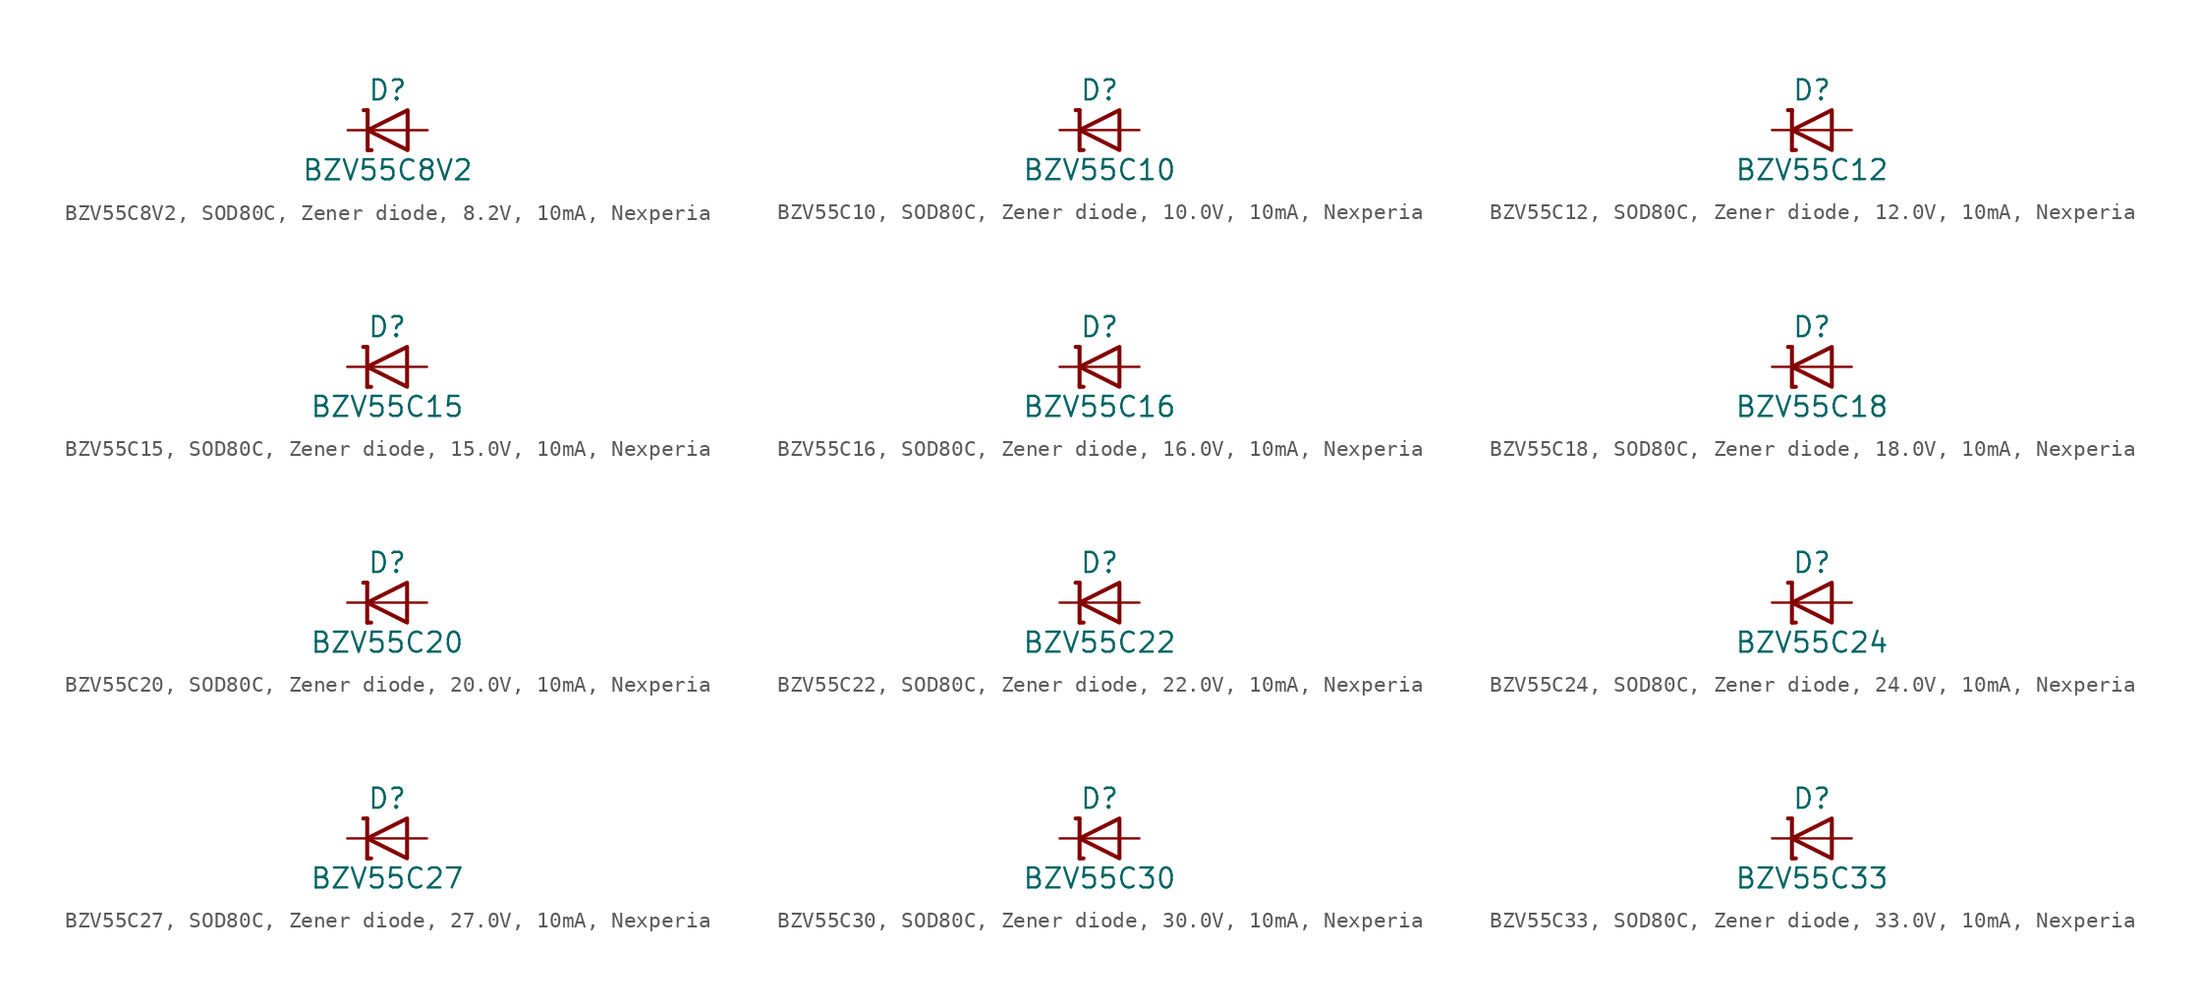
<source format=kicad_sym>
(kicad_symbol_lib
  (version 20241209)
  (generator "kicad_symbol_editor")
  (generator_version "9.0")
  (symbol "BZV55C8V2, SOD80C, Zener diode, 8.2V, 10mA, Nexperia"
    (pin_numbers
      (hide yes))
    (pin_names
      (offset 1.016)
      (hide yes))
    (property "Reference" "D"
      (at 0 2.54 0)
      (effects (font (size 1.27 1.27))))
    (property "Value" "BZV55C8V2"
      (at 0 -2.54 0)
      (effects (font (size 1.27 1.27))))
    (symbol "BZV55C8V2, SOD80C, Zener diode, 8.2V, 10mA, Nexperia_0_0"
      (polyline (pts (xy -1.27 0) (xy 1.27 0)) (stroke (width 0.152) (type default)) (fill (type none))))
    (symbol "BZV55C8V2, SOD80C, Zener diode, 8.2V, 10mA, Nexperia_0_1"
      (polyline (pts (xy -1.524 1.27) (xy -1.27 1.27)) (stroke (width 0.254) (type default)) (fill (type none)))
      (polyline (pts (xy -1.27 1.27) (xy -1.27 -1.27)) (stroke (width 0.254) (type default)) (fill (type none)))
      (polyline (pts (xy -1.27 -1.27) (xy -1.016 -1.27)) (stroke (width 0.254) (type default)) (fill (type none)))
      (polyline (pts (xy 1.27 1.27) (xy 1.27 -1.27) (xy -1.27 0) (xy 1.27 1.27)) (stroke (width 0.254) (type default)) (fill (type none))))
    (symbol "BZV55C8V2, SOD80C, Zener diode, 8.2V, 10mA, Nexperia_1_1"
      (pin passive line (at -2.54 0 0) (length 1.27) (name "C" (effects (font (size 1.27 1.27)))) (number "1" (effects (font (size 1.27 1.27)))))
      (pin passive line (at 2.54 0 180) (length 1.27) (name "A" (effects (font (size 1.27 1.27)))) (number "2" (effects (font (size 1.27 1.27)))))))
  (symbol "BZV55C10, SOD80C, Zener diode, 10.0V, 10mA, Nexperia"
    (pin_numbers
      (hide yes))
    (pin_names
      (offset 1.016)
      (hide yes))
    (property "Reference" "D"
      (at 0 2.54 0)
      (effects (font (size 1.27 1.27))))
    (property "Value" "BZV55C10"
      (at 0 -2.54 0)
      (effects (font (size 1.27 1.27))))
    (symbol "BZV55C10, SOD80C, Zener diode, 10.0V, 10mA, Nexperia_0_0"
      (polyline (pts (xy -1.27 0) (xy 1.27 0)) (stroke (width 0.152) (type default)) (fill (type none))))
    (symbol "BZV55C10, SOD80C, Zener diode, 10.0V, 10mA, Nexperia_0_1"
      (polyline (pts (xy -1.524 1.27) (xy -1.27 1.27)) (stroke (width 0.254) (type default)) (fill (type none)))
      (polyline (pts (xy -1.27 1.27) (xy -1.27 -1.27)) (stroke (width 0.254) (type default)) (fill (type none)))
      (polyline (pts (xy -1.27 -1.27) (xy -1.016 -1.27)) (stroke (width 0.254) (type default)) (fill (type none)))
      (polyline (pts (xy 1.27 1.27) (xy 1.27 -1.27) (xy -1.27 0) (xy 1.27 1.27)) (stroke (width 0.254) (type default)) (fill (type none))))
    (symbol "BZV55C10, SOD80C, Zener diode, 10.0V, 10mA, Nexperia_1_1"
      (pin passive line (at -2.54 0 0) (length 1.27) (name "C" (effects (font (size 1.27 1.27)))) (number "1" (effects (font (size 1.27 1.27)))))
      (pin passive line (at 2.54 0 180) (length 1.27) (name "A" (effects (font (size 1.27 1.27)))) (number "2" (effects (font (size 1.27 1.27)))))))
  (symbol "BZV55C12, SOD80C, Zener diode, 12.0V, 10mA, Nexperia"
    (pin_numbers
      (hide yes))
    (pin_names
      (offset 1.016)
      (hide yes))
    (property "Reference" "D"
      (at 0 2.54 0)
      (effects (font (size 1.27 1.27))))
    (property "Value" "BZV55C12"
      (at 0 -2.54 0)
      (effects (font (size 1.27 1.27))))
    (symbol "BZV55C12, SOD80C, Zener diode, 12.0V, 10mA, Nexperia_0_0"
      (polyline (pts (xy -1.27 0) (xy 1.27 0)) (stroke (width 0.152) (type default)) (fill (type none))))
    (symbol "BZV55C12, SOD80C, Zener diode, 12.0V, 10mA, Nexperia_0_1"
      (polyline (pts (xy -1.524 1.27) (xy -1.27 1.27)) (stroke (width 0.254) (type default)) (fill (type none)))
      (polyline (pts (xy -1.27 1.27) (xy -1.27 -1.27)) (stroke (width 0.254) (type default)) (fill (type none)))
      (polyline (pts (xy -1.27 -1.27) (xy -1.016 -1.27)) (stroke (width 0.254) (type default)) (fill (type none)))
      (polyline (pts (xy 1.27 1.27) (xy 1.27 -1.27) (xy -1.27 0) (xy 1.27 1.27)) (stroke (width 0.254) (type default)) (fill (type none))))
    (symbol "BZV55C12, SOD80C, Zener diode, 12.0V, 10mA, Nexperia_1_1"
      (pin passive line (at -2.54 0 0) (length 1.27) (name "C" (effects (font (size 1.27 1.27)))) (number "1" (effects (font (size 1.27 1.27)))))
      (pin passive line (at 2.54 0 180) (length 1.27) (name "A" (effects (font (size 1.27 1.27)))) (number "2" (effects (font (size 1.27 1.27)))))))
  (symbol "BZV55C15, SOD80C, Zener diode, 15.0V, 10mA, Nexperia"
    (pin_numbers
      (hide yes))
    (pin_names
      (offset 1.016)
      (hide yes))
    (property "Reference" "D"
      (at 0 2.54 0)
      (effects (font (size 1.27 1.27))))
    (property "Value" "BZV55C15"
      (at 0 -2.54 0)
      (effects (font (size 1.27 1.27))))
    (symbol "BZV55C15, SOD80C, Zener diode, 15.0V, 10mA, Nexperia_0_0"
      (polyline (pts (xy -1.27 0) (xy 1.27 0)) (stroke (width 0.152) (type default)) (fill (type none))))
    (symbol "BZV55C15, SOD80C, Zener diode, 15.0V, 10mA, Nexperia_0_1"
      (polyline (pts (xy -1.524 1.27) (xy -1.27 1.27)) (stroke (width 0.254) (type default)) (fill (type none)))
      (polyline (pts (xy -1.27 1.27) (xy -1.27 -1.27)) (stroke (width 0.254) (type default)) (fill (type none)))
      (polyline (pts (xy -1.27 -1.27) (xy -1.016 -1.27)) (stroke (width 0.254) (type default)) (fill (type none)))
      (polyline (pts (xy 1.27 1.27) (xy 1.27 -1.27) (xy -1.27 0) (xy 1.27 1.27)) (stroke (width 0.254) (type default)) (fill (type none))))
    (symbol "BZV55C15, SOD80C, Zener diode, 15.0V, 10mA, Nexperia_1_1"
      (pin passive line (at -2.54 0 0) (length 1.27) (name "C" (effects (font (size 1.27 1.27)))) (number "1" (effects (font (size 1.27 1.27)))))
      (pin passive line (at 2.54 0 180) (length 1.27) (name "A" (effects (font (size 1.27 1.27)))) (number "2" (effects (font (size 1.27 1.27)))))))
  (symbol "BZV55C16, SOD80C, Zener diode, 16.0V, 10mA, Nexperia"
    (pin_numbers
      (hide yes))
    (pin_names
      (offset 1.016)
      (hide yes))
    (property "Reference" "D"
      (at 0 2.54 0)
      (effects (font (size 1.27 1.27))))
    (property "Value" "BZV55C16"
      (at 0 -2.54 0)
      (effects (font (size 1.27 1.27))))
    (symbol "BZV55C16, SOD80C, Zener diode, 16.0V, 10mA, Nexperia_0_0"
      (polyline (pts (xy -1.27 0) (xy 1.27 0)) (stroke (width 0.152) (type default)) (fill (type none))))
    (symbol "BZV55C16, SOD80C, Zener diode, 16.0V, 10mA, Nexperia_0_1"
      (polyline (pts (xy -1.524 1.27) (xy -1.27 1.27)) (stroke (width 0.254) (type default)) (fill (type none)))
      (polyline (pts (xy -1.27 1.27) (xy -1.27 -1.27)) (stroke (width 0.254) (type default)) (fill (type none)))
      (polyline (pts (xy -1.27 -1.27) (xy -1.016 -1.27)) (stroke (width 0.254) (type default)) (fill (type none)))
      (polyline (pts (xy 1.27 1.27) (xy 1.27 -1.27) (xy -1.27 0) (xy 1.27 1.27)) (stroke (width 0.254) (type default)) (fill (type none))))
    (symbol "BZV55C16, SOD80C, Zener diode, 16.0V, 10mA, Nexperia_1_1"
      (pin passive line (at -2.54 0 0) (length 1.27) (name "C" (effects (font (size 1.27 1.27)))) (number "1" (effects (font (size 1.27 1.27)))))
      (pin passive line (at 2.54 0 180) (length 1.27) (name "A" (effects (font (size 1.27 1.27)))) (number "2" (effects (font (size 1.27 1.27)))))))
  (symbol "BZV55C18, SOD80C, Zener diode, 18.0V, 10mA, Nexperia"
    (pin_numbers
      (hide yes))
    (pin_names
      (offset 1.016)
      (hide yes))
    (property "Reference" "D"
      (at 0 2.54 0)
      (effects (font (size 1.27 1.27))))
    (property "Value" "BZV55C18"
      (at 0 -2.54 0)
      (effects (font (size 1.27 1.27))))
    (symbol "BZV55C18, SOD80C, Zener diode, 18.0V, 10mA, Nexperia_0_0"
      (polyline (pts (xy -1.27 0) (xy 1.27 0)) (stroke (width 0.152) (type default)) (fill (type none))))
    (symbol "BZV55C18, SOD80C, Zener diode, 18.0V, 10mA, Nexperia_0_1"
      (polyline (pts (xy -1.524 1.27) (xy -1.27 1.27)) (stroke (width 0.254) (type default)) (fill (type none)))
      (polyline (pts (xy -1.27 1.27) (xy -1.27 -1.27)) (stroke (width 0.254) (type default)) (fill (type none)))
      (polyline (pts (xy -1.27 -1.27) (xy -1.016 -1.27)) (stroke (width 0.254) (type default)) (fill (type none)))
      (polyline (pts (xy 1.27 1.27) (xy 1.27 -1.27) (xy -1.27 0) (xy 1.27 1.27)) (stroke (width 0.254) (type default)) (fill (type none))))
    (symbol "BZV55C18, SOD80C, Zener diode, 18.0V, 10mA, Nexperia_1_1"
      (pin passive line (at -2.54 0 0) (length 1.27) (name "C" (effects (font (size 1.27 1.27)))) (number "1" (effects (font (size 1.27 1.27)))))
      (pin passive line (at 2.54 0 180) (length 1.27) (name "A" (effects (font (size 1.27 1.27)))) (number "2" (effects (font (size 1.27 1.27)))))))
  (symbol "BZV55C20, SOD80C, Zener diode, 20.0V, 10mA, Nexperia"
    (pin_numbers
      (hide yes))
    (pin_names
      (offset 1.016)
      (hide yes))
    (property "Reference" "D"
      (at 0 2.54 0)
      (effects (font (size 1.27 1.27))))
    (property "Value" "BZV55C20"
      (at 0 -2.54 0)
      (effects (font (size 1.27 1.27))))
    (symbol "BZV55C20, SOD80C, Zener diode, 20.0V, 10mA, Nexperia_0_0"
      (polyline (pts (xy -1.27 0) (xy 1.27 0)) (stroke (width 0.152) (type default)) (fill (type none))))
    (symbol "BZV55C20, SOD80C, Zener diode, 20.0V, 10mA, Nexperia_0_1"
      (polyline (pts (xy -1.524 1.27) (xy -1.27 1.27)) (stroke (width 0.254) (type default)) (fill (type none)))
      (polyline (pts (xy -1.27 1.27) (xy -1.27 -1.27)) (stroke (width 0.254) (type default)) (fill (type none)))
      (polyline (pts (xy -1.27 -1.27) (xy -1.016 -1.27)) (stroke (width 0.254) (type default)) (fill (type none)))
      (polyline (pts (xy 1.27 1.27) (xy 1.27 -1.27) (xy -1.27 0) (xy 1.27 1.27)) (stroke (width 0.254) (type default)) (fill (type none))))
    (symbol "BZV55C20, SOD80C, Zener diode, 20.0V, 10mA, Nexperia_1_1"
      (pin passive line (at -2.54 0 0) (length 1.27) (name "C" (effects (font (size 1.27 1.27)))) (number "1" (effects (font (size 1.27 1.27)))))
      (pin passive line (at 2.54 0 180) (length 1.27) (name "A" (effects (font (size 1.27 1.27)))) (number "2" (effects (font (size 1.27 1.27)))))))
  (symbol "BZV55C22, SOD80C, Zener diode, 22.0V, 10mA, Nexperia"
    (pin_numbers
      (hide yes))
    (pin_names
      (offset 1.016)
      (hide yes))
    (property "Reference" "D"
      (at 0 2.54 0)
      (effects (font (size 1.27 1.27))))
    (property "Value" "BZV55C22"
      (at 0 -2.54 0)
      (effects (font (size 1.27 1.27))))
    (symbol "BZV55C22, SOD80C, Zener diode, 22.0V, 10mA, Nexperia_0_0"
      (polyline (pts (xy -1.27 0) (xy 1.27 0)) (stroke (width 0.152) (type default)) (fill (type none))))
    (symbol "BZV55C22, SOD80C, Zener diode, 22.0V, 10mA, Nexperia_0_1"
      (polyline (pts (xy -1.524 1.27) (xy -1.27 1.27)) (stroke (width 0.254) (type default)) (fill (type none)))
      (polyline (pts (xy -1.27 1.27) (xy -1.27 -1.27)) (stroke (width 0.254) (type default)) (fill (type none)))
      (polyline (pts (xy -1.27 -1.27) (xy -1.016 -1.27)) (stroke (width 0.254) (type default)) (fill (type none)))
      (polyline (pts (xy 1.27 1.27) (xy 1.27 -1.27) (xy -1.27 0) (xy 1.27 1.27)) (stroke (width 0.254) (type default)) (fill (type none))))
    (symbol "BZV55C22, SOD80C, Zener diode, 22.0V, 10mA, Nexperia_1_1"
      (pin passive line (at -2.54 0 0) (length 1.27) (name "C" (effects (font (size 1.27 1.27)))) (number "1" (effects (font (size 1.27 1.27)))))
      (pin passive line (at 2.54 0 180) (length 1.27) (name "A" (effects (font (size 1.27 1.27)))) (number "2" (effects (font (size 1.27 1.27)))))))
  (symbol "BZV55C24, SOD80C, Zener diode, 24.0V, 10mA, Nexperia"
    (pin_numbers
      (hide yes))
    (pin_names
      (offset 1.016)
      (hide yes))
    (property "Reference" "D"
      (at 0 2.54 0)
      (effects (font (size 1.27 1.27))))
    (property "Value" "BZV55C24"
      (at 0 -2.54 0)
      (effects (font (size 1.27 1.27))))
    (symbol "BZV55C24, SOD80C, Zener diode, 24.0V, 10mA, Nexperia_0_0"
      (polyline (pts (xy -1.27 0) (xy 1.27 0)) (stroke (width 0.152) (type default)) (fill (type none))))
    (symbol "BZV55C24, SOD80C, Zener diode, 24.0V, 10mA, Nexperia_0_1"
      (polyline (pts (xy -1.524 1.27) (xy -1.27 1.27)) (stroke (width 0.254) (type default)) (fill (type none)))
      (polyline (pts (xy -1.27 1.27) (xy -1.27 -1.27)) (stroke (width 0.254) (type default)) (fill (type none)))
      (polyline (pts (xy -1.27 -1.27) (xy -1.016 -1.27)) (stroke (width 0.254) (type default)) (fill (type none)))
      (polyline (pts (xy 1.27 1.27) (xy 1.27 -1.27) (xy -1.27 0) (xy 1.27 1.27)) (stroke (width 0.254) (type default)) (fill (type none))))
    (symbol "BZV55C24, SOD80C, Zener diode, 24.0V, 10mA, Nexperia_1_1"
      (pin passive line (at -2.54 0 0) (length 1.27) (name "C" (effects (font (size 1.27 1.27)))) (number "1" (effects (font (size 1.27 1.27)))))
      (pin passive line (at 2.54 0 180) (length 1.27) (name "A" (effects (font (size 1.27 1.27)))) (number "2" (effects (font (size 1.27 1.27)))))))
  (symbol "BZV55C27, SOD80C, Zener diode, 27.0V, 10mA, Nexperia"
    (pin_numbers
      (hide yes))
    (pin_names
      (offset 1.016)
      (hide yes))
    (property "Reference" "D"
      (at 0 2.54 0)
      (effects (font (size 1.27 1.27))))
    (property "Value" "BZV55C27"
      (at 0 -2.54 0)
      (effects (font (size 1.27 1.27))))
    (symbol "BZV55C27, SOD80C, Zener diode, 27.0V, 10mA, Nexperia_0_0"
      (polyline (pts (xy -1.27 0) (xy 1.27 0)) (stroke (width 0.152) (type default)) (fill (type none))))
    (symbol "BZV55C27, SOD80C, Zener diode, 27.0V, 10mA, Nexperia_0_1"
      (polyline (pts (xy -1.524 1.27) (xy -1.27 1.27)) (stroke (width 0.254) (type default)) (fill (type none)))
      (polyline (pts (xy -1.27 1.27) (xy -1.27 -1.27)) (stroke (width 0.254) (type default)) (fill (type none)))
      (polyline (pts (xy -1.27 -1.27) (xy -1.016 -1.27)) (stroke (width 0.254) (type default)) (fill (type none)))
      (polyline (pts (xy 1.27 1.27) (xy 1.27 -1.27) (xy -1.27 0) (xy 1.27 1.27)) (stroke (width 0.254) (type default)) (fill (type none))))
    (symbol "BZV55C27, SOD80C, Zener diode, 27.0V, 10mA, Nexperia_1_1"
      (pin passive line (at -2.54 0 0) (length 1.27) (name "C" (effects (font (size 1.27 1.27)))) (number "1" (effects (font (size 1.27 1.27)))))
      (pin passive line (at 2.54 0 180) (length 1.27) (name "A" (effects (font (size 1.27 1.27)))) (number "2" (effects (font (size 1.27 1.27)))))))
  (symbol "BZV55C30, SOD80C, Zener diode, 30.0V, 10mA, Nexperia"
    (pin_numbers
      (hide yes))
    (pin_names
      (offset 1.016)
      (hide yes))
    (property "Reference" "D"
      (at 0 2.54 0)
      (effects (font (size 1.27 1.27))))
    (property "Value" "BZV55C30"
      (at 0 -2.54 0)
      (effects (font (size 1.27 1.27))))
    (symbol "BZV55C30, SOD80C, Zener diode, 30.0V, 10mA, Nexperia_0_0"
      (polyline (pts (xy -1.27 0) (xy 1.27 0)) (stroke (width 0.152) (type default)) (fill (type none))))
    (symbol "BZV55C30, SOD80C, Zener diode, 30.0V, 10mA, Nexperia_0_1"
      (polyline (pts (xy -1.524 1.27) (xy -1.27 1.27)) (stroke (width 0.254) (type default)) (fill (type none)))
      (polyline (pts (xy -1.27 1.27) (xy -1.27 -1.27)) (stroke (width 0.254) (type default)) (fill (type none)))
      (polyline (pts (xy -1.27 -1.27) (xy -1.016 -1.27)) (stroke (width 0.254) (type default)) (fill (type none)))
      (polyline (pts (xy 1.27 1.27) (xy 1.27 -1.27) (xy -1.27 0) (xy 1.27 1.27)) (stroke (width 0.254) (type default)) (fill (type none))))
    (symbol "BZV55C30, SOD80C, Zener diode, 30.0V, 10mA, Nexperia_1_1"
      (pin passive line (at -2.54 0 0) (length 1.27) (name "C" (effects (font (size 1.27 1.27)))) (number "1" (effects (font (size 1.27 1.27)))))
      (pin passive line (at 2.54 0 180) (length 1.27) (name "A" (effects (font (size 1.27 1.27)))) (number "2" (effects (font (size 1.27 1.27)))))))
  (symbol "BZV55C33, SOD80C, Zener diode, 33.0V, 10mA, Nexperia"
    (pin_numbers
      (hide yes))
    (pin_names
      (offset 1.016)
      (hide yes))
    (property "Reference" "D"
      (at 0 2.54 0)
      (effects (font (size 1.27 1.27))))
    (property "Value" "BZV55C33"
      (at 0 -2.54 0)
      (effects (font (size 1.27 1.27))))
    (symbol "BZV55C33, SOD80C, Zener diode, 33.0V, 10mA, Nexperia_0_0"
      (polyline (pts (xy -1.27 0) (xy 1.27 0)) (stroke (width 0.152) (type default)) (fill (type none))))
    (symbol "BZV55C33, SOD80C, Zener diode, 33.0V, 10mA, Nexperia_0_1"
      (polyline (pts (xy -1.524 1.27) (xy -1.27 1.27)) (stroke (width 0.254) (type default)) (fill (type none)))
      (polyline (pts (xy -1.27 1.27) (xy -1.27 -1.27)) (stroke (width 0.254) (type default)) (fill (type none)))
      (polyline (pts (xy -1.27 -1.27) (xy -1.016 -1.27)) (stroke (width 0.254) (type default)) (fill (type none)))
      (polyline (pts (xy 1.27 1.27) (xy 1.27 -1.27) (xy -1.27 0) (xy 1.27 1.27)) (stroke (width 0.254) (type default)) (fill (type none))))
    (symbol "BZV55C33, SOD80C, Zener diode, 33.0V, 10mA, Nexperia_1_1"
      (pin passive line (at -2.54 0 0) (length 1.27) (name "C" (effects (font (size 1.27 1.27)))) (number "1" (effects (font (size 1.27 1.27)))))
      (pin passive line (at 2.54 0 180) (length 1.27) (name "A" (effects (font (size 1.27 1.27)))) (number "1" (effects (font (size 1.27 1.27))))))))
</source>
